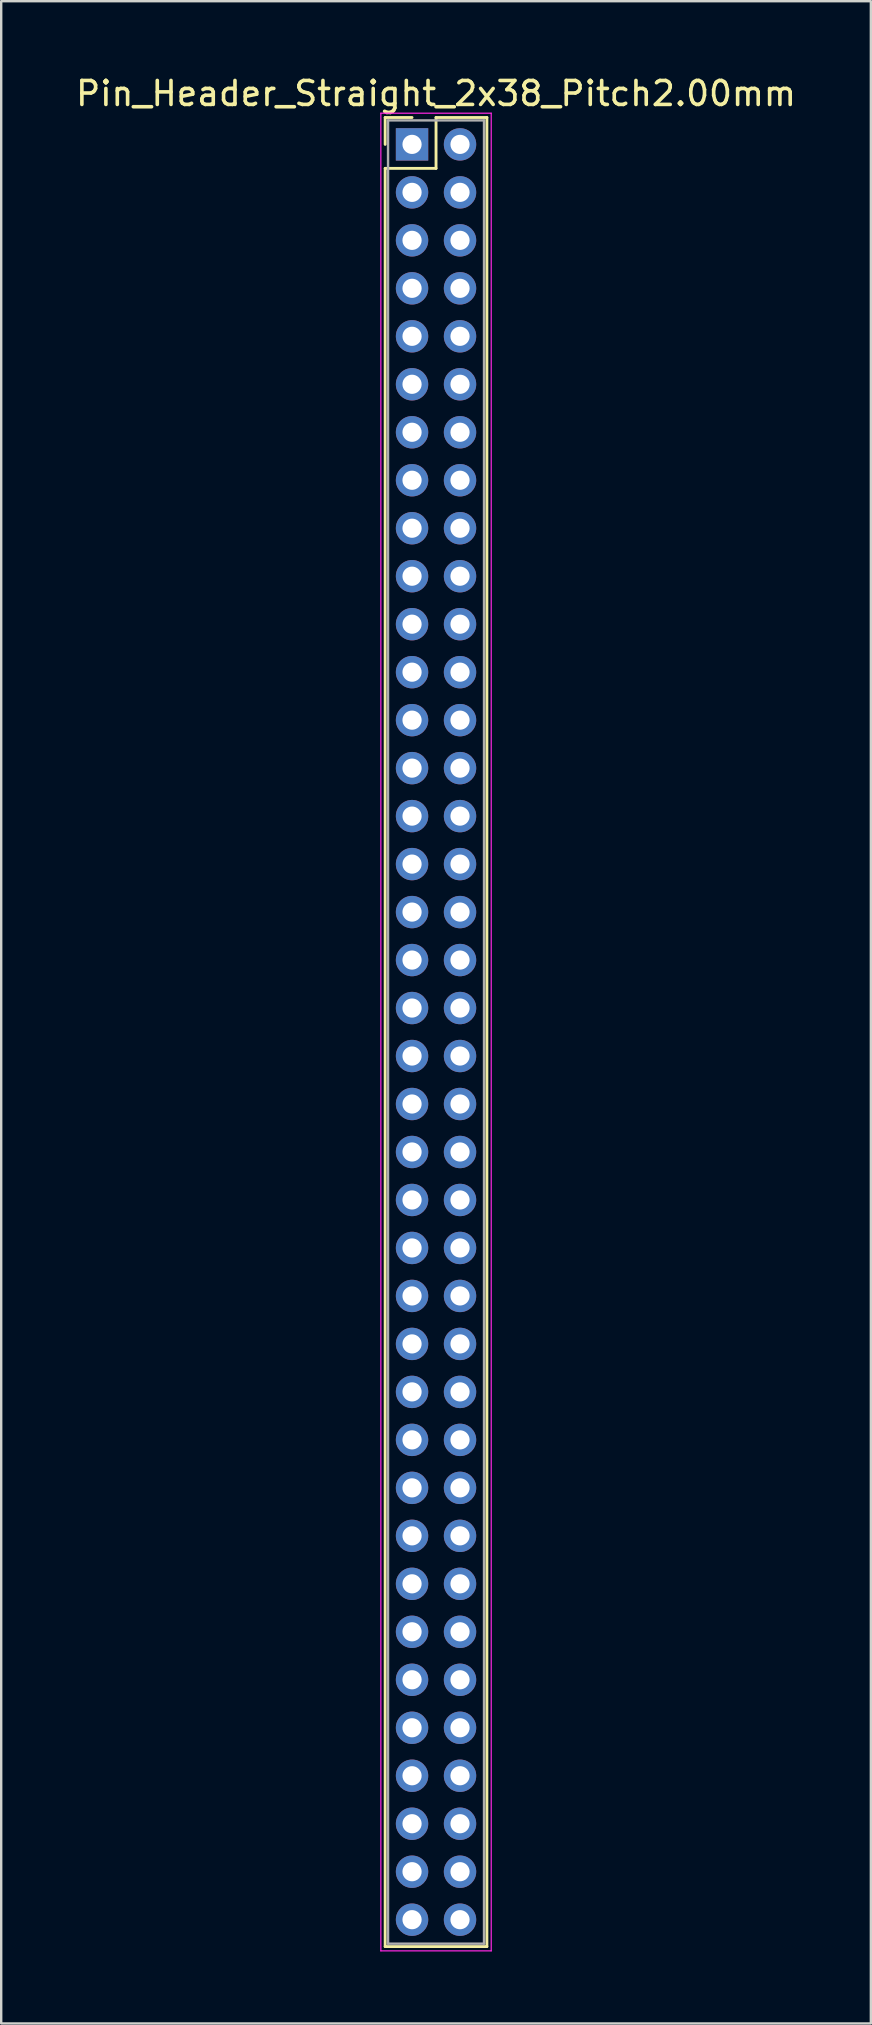
<source format=kicad_pcb>
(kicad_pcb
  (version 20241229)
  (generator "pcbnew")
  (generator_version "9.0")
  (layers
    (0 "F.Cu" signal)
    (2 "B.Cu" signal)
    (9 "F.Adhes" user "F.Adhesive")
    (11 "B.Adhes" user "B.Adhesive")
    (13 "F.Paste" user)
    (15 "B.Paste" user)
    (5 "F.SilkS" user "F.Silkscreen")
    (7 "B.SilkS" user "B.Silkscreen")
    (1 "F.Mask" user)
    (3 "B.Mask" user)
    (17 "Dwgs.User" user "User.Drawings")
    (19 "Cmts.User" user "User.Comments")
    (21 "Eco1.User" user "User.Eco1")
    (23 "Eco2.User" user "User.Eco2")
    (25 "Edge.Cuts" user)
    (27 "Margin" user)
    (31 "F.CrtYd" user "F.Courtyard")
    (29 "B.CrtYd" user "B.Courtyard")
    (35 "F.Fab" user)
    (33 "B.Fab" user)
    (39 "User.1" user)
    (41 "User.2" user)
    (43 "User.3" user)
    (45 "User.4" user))
  (footprint "Pin_Header_Straight_2x38_Pitch2.00mm"
    (layer "F.Cu")
    (at 14.125 2.968)
    (property "Reference" "Pin_Header_Straight_2x38_Pitch2.00mm" (at 1 -2.12 0) (layer "F.SilkS") (effects (font (size 1 1) (thickness 0.15))))
    (attr through_hole)
    (fp_line (start -1.12 -1.12) (end 0 -1.12) (stroke (width 0.12) (type solid)) (layer "F.SilkS"))
    (fp_line (start -1.12 0) (end -1.12 -1.12) (stroke (width 0.12) (type solid)) (layer "F.SilkS"))
    (fp_line (start -1.12 1) (end -1.12 75.12) (stroke (width 0.12) (type solid)) (layer "F.SilkS"))
    (fp_line (start -1.12 75.12) (end 3.12 75.12) (stroke (width 0.12) (type solid)) (layer "F.SilkS"))
    (fp_line (start 1 -1.12) (end 1 1) (stroke (width 0.12) (type solid)) (layer "F.SilkS"))
    (fp_line (start 1 1) (end -1.12 1) (stroke (width 0.12) (type solid)) (layer "F.SilkS"))
    (fp_line (start 3.12 -1.12) (end 1 -1.12) (stroke (width 0.12) (type solid)) (layer "F.SilkS"))
    (fp_line (start 3.12 75.12) (end 3.12 -1.12) (stroke (width 0.12) (type solid)) (layer "F.SilkS"))
    (fp_line (start -1.3 -1.3) (end -1.3 75.3) (stroke (width 0.05) (type solid)) (layer "F.CrtYd"))
    (fp_line (start -1.3 75.3) (end 3.3 75.3) (stroke (width 0.05) (type solid)) (layer "F.CrtYd"))
    (fp_line (start 3.3 -1.3) (end -1.3 -1.3) (stroke (width 0.05) (type solid)) (layer "F.CrtYd"))
    (fp_line (start 3.3 75.3) (end 3.3 -1.3) (stroke (width 0.05) (type solid)) (layer "F.CrtYd"))
    (fp_line (start -1 -1) (end -1 75) (stroke (width 0.1) (type solid)) (layer "F.Fab"))
    (fp_line (start -1 75) (end 3 75) (stroke (width 0.1) (type solid)) (layer "F.Fab"))
    (fp_line (start 3 -1) (end -1 -1) (stroke (width 0.1) (type solid)) (layer "F.Fab"))
    (fp_line (start 3 75) (end 3 -1) (stroke (width 0.1) (type solid)) (layer "F.Fab"))
    (pad "1" thru_hole rect (at 0 0) (size 1.35 1.35) (drill 0.8) (layers "*.Cu" "*.Mask"))
    (pad "2" thru_hole oval (at 2 0) (size 1.35 1.35) (drill 0.8) (layers "*.Cu" "*.Mask"))
    (pad "3" thru_hole oval (at 0 2) (size 1.35 1.35) (drill 0.8) (layers "*.Cu" "*.Mask"))
    (pad "4" thru_hole oval (at 2 2) (size 1.35 1.35) (drill 0.8) (layers "*.Cu" "*.Mask"))
    (pad "5" thru_hole oval (at 0 4) (size 1.35 1.35) (drill 0.8) (layers "*.Cu" "*.Mask"))
    (pad "6" thru_hole oval (at 2 4) (size 1.35 1.35) (drill 0.8) (layers "*.Cu" "*.Mask"))
    (pad "7" thru_hole oval (at 0 6) (size 1.35 1.35) (drill 0.8) (layers "*.Cu" "*.Mask"))
    (pad "8" thru_hole oval (at 2 6) (size 1.35 1.35) (drill 0.8) (layers "*.Cu" "*.Mask"))
    (pad "9" thru_hole oval (at 0 8) (size 1.35 1.35) (drill 0.8) (layers "*.Cu" "*.Mask"))
    (pad "10" thru_hole oval (at 2 8) (size 1.35 1.35) (drill 0.8) (layers "*.Cu" "*.Mask"))
    (pad "11" thru_hole oval (at 0 10) (size 1.35 1.35) (drill 0.8) (layers "*.Cu" "*.Mask"))
    (pad "12" thru_hole oval (at 2 10) (size 1.35 1.35) (drill 0.8) (layers "*.Cu" "*.Mask"))
    (pad "13" thru_hole oval (at 0 12) (size 1.35 1.35) (drill 0.8) (layers "*.Cu" "*.Mask"))
    (pad "14" thru_hole oval (at 2 12) (size 1.35 1.35) (drill 0.8) (layers "*.Cu" "*.Mask"))
    (pad "15" thru_hole oval (at 0 14) (size 1.35 1.35) (drill 0.8) (layers "*.Cu" "*.Mask"))
    (pad "16" thru_hole oval (at 2 14) (size 1.35 1.35) (drill 0.8) (layers "*.Cu" "*.Mask"))
    (pad "17" thru_hole oval (at 0 16) (size 1.35 1.35) (drill 0.8) (layers "*.Cu" "*.Mask"))
    (pad "18" thru_hole oval (at 2 16) (size 1.35 1.35) (drill 0.8) (layers "*.Cu" "*.Mask"))
    (pad "19" thru_hole oval (at 0 18) (size 1.35 1.35) (drill 0.8) (layers "*.Cu" "*.Mask"))
    (pad "20" thru_hole oval (at 2 18) (size 1.35 1.35) (drill 0.8) (layers "*.Cu" "*.Mask"))
    (pad "21" thru_hole oval (at 0 20) (size 1.35 1.35) (drill 0.8) (layers "*.Cu" "*.Mask"))
    (pad "22" thru_hole oval (at 2 20) (size 1.35 1.35) (drill 0.8) (layers "*.Cu" "*.Mask"))
    (pad "23" thru_hole oval (at 0 22) (size 1.35 1.35) (drill 0.8) (layers "*.Cu" "*.Mask"))
    (pad "24" thru_hole oval (at 2 22) (size 1.35 1.35) (drill 0.8) (layers "*.Cu" "*.Mask"))
    (pad "25" thru_hole oval (at 0 24) (size 1.35 1.35) (drill 0.8) (layers "*.Cu" "*.Mask"))
    (pad "26" thru_hole oval (at 2 24) (size 1.35 1.35) (drill 0.8) (layers "*.Cu" "*.Mask"))
    (pad "27" thru_hole oval (at 0 26) (size 1.35 1.35) (drill 0.8) (layers "*.Cu" "*.Mask"))
    (pad "28" thru_hole oval (at 2 26) (size 1.35 1.35) (drill 0.8) (layers "*.Cu" "*.Mask"))
    (pad "29" thru_hole oval (at 0 28) (size 1.35 1.35) (drill 0.8) (layers "*.Cu" "*.Mask"))
    (pad "30" thru_hole oval (at 2 28) (size 1.35 1.35) (drill 0.8) (layers "*.Cu" "*.Mask"))
    (pad "31" thru_hole oval (at 0 30) (size 1.35 1.35) (drill 0.8) (layers "*.Cu" "*.Mask"))
    (pad "32" thru_hole oval (at 2 30) (size 1.35 1.35) (drill 0.8) (layers "*.Cu" "*.Mask"))
    (pad "33" thru_hole oval (at 0 32) (size 1.35 1.35) (drill 0.8) (layers "*.Cu" "*.Mask"))
    (pad "34" thru_hole oval (at 2 32) (size 1.35 1.35) (drill 0.8) (layers "*.Cu" "*.Mask"))
    (pad "35" thru_hole oval (at 0 34) (size 1.35 1.35) (drill 0.8) (layers "*.Cu" "*.Mask"))
    (pad "36" thru_hole oval (at 2 34) (size 1.35 1.35) (drill 0.8) (layers "*.Cu" "*.Mask"))
    (pad "37" thru_hole oval (at 0 36) (size 1.35 1.35) (drill 0.8) (layers "*.Cu" "*.Mask"))
    (pad "38" thru_hole oval (at 2 36) (size 1.35 1.35) (drill 0.8) (layers "*.Cu" "*.Mask"))
    (pad "39" thru_hole oval (at 0 38) (size 1.35 1.35) (drill 0.8) (layers "*.Cu" "*.Mask"))
    (pad "40" thru_hole oval (at 2 38) (size 1.35 1.35) (drill 0.8) (layers "*.Cu" "*.Mask"))
    (pad "41" thru_hole oval (at 0 40) (size 1.35 1.35) (drill 0.8) (layers "*.Cu" "*.Mask"))
    (pad "42" thru_hole oval (at 2 40) (size 1.35 1.35) (drill 0.8) (layers "*.Cu" "*.Mask"))
    (pad "43" thru_hole oval (at 0 42) (size 1.35 1.35) (drill 0.8) (layers "*.Cu" "*.Mask"))
    (pad "44" thru_hole oval (at 2 42) (size 1.35 1.35) (drill 0.8) (layers "*.Cu" "*.Mask"))
    (pad "45" thru_hole oval (at 0 44) (size 1.35 1.35) (drill 0.8) (layers "*.Cu" "*.Mask"))
    (pad "46" thru_hole oval (at 2 44) (size 1.35 1.35) (drill 0.8) (layers "*.Cu" "*.Mask"))
    (pad "47" thru_hole oval (at 0 46) (size 1.35 1.35) (drill 0.8) (layers "*.Cu" "*.Mask"))
    (pad "48" thru_hole oval (at 2 46) (size 1.35 1.35) (drill 0.8) (layers "*.Cu" "*.Mask"))
    (pad "49" thru_hole oval (at 0 48) (size 1.35 1.35) (drill 0.8) (layers "*.Cu" "*.Mask"))
    (pad "50" thru_hole oval (at 2 48) (size 1.35 1.35) (drill 0.8) (layers "*.Cu" "*.Mask"))
    (pad "51" thru_hole oval (at 0 50) (size 1.35 1.35) (drill 0.8) (layers "*.Cu" "*.Mask"))
    (pad "52" thru_hole oval (at 2 50) (size 1.35 1.35) (drill 0.8) (layers "*.Cu" "*.Mask"))
    (pad "53" thru_hole oval (at 0 52) (size 1.35 1.35) (drill 0.8) (layers "*.Cu" "*.Mask"))
    (pad "54" thru_hole oval (at 2 52) (size 1.35 1.35) (drill 0.8) (layers "*.Cu" "*.Mask"))
    (pad "55" thru_hole oval (at 0 54) (size 1.35 1.35) (drill 0.8) (layers "*.Cu" "*.Mask"))
    (pad "56" thru_hole oval (at 2 54) (size 1.35 1.35) (drill 0.8) (layers "*.Cu" "*.Mask"))
    (pad "57" thru_hole oval (at 0 56) (size 1.35 1.35) (drill 0.8) (layers "*.Cu" "*.Mask"))
    (pad "58" thru_hole oval (at 2 56) (size 1.35 1.35) (drill 0.8) (layers "*.Cu" "*.Mask"))
    (pad "59" thru_hole oval (at 0 58) (size 1.35 1.35) (drill 0.8) (layers "*.Cu" "*.Mask"))
    (pad "60" thru_hole oval (at 2 58) (size 1.35 1.35) (drill 0.8) (layers "*.Cu" "*.Mask"))
    (pad "61" thru_hole oval (at 0 60) (size 1.35 1.35) (drill 0.8) (layers "*.Cu" "*.Mask"))
    (pad "62" thru_hole oval (at 2 60) (size 1.35 1.35) (drill 0.8) (layers "*.Cu" "*.Mask"))
    (pad "63" thru_hole oval (at 0 62) (size 1.35 1.35) (drill 0.8) (layers "*.Cu" "*.Mask"))
    (pad "64" thru_hole oval (at 2 62) (size 1.35 1.35) (drill 0.8) (layers "*.Cu" "*.Mask"))
    (pad "65" thru_hole oval (at 0 64) (size 1.35 1.35) (drill 0.8) (layers "*.Cu" "*.Mask"))
    (pad "66" thru_hole oval (at 2 64) (size 1.35 1.35) (drill 0.8) (layers "*.Cu" "*.Mask"))
    (pad "67" thru_hole oval (at 0 66) (size 1.35 1.35) (drill 0.8) (layers "*.Cu" "*.Mask"))
    (pad "68" thru_hole oval (at 2 66) (size 1.35 1.35) (drill 0.8) (layers "*.Cu" "*.Mask"))
    (pad "69" thru_hole oval (at 0 68) (size 1.35 1.35) (drill 0.8) (layers "*.Cu" "*.Mask"))
    (pad "70" thru_hole oval (at 2 68) (size 1.35 1.35) (drill 0.8) (layers "*.Cu" "*.Mask"))
    (pad "71" thru_hole oval (at 0 70) (size 1.35 1.35) (drill 0.8) (layers "*.Cu" "*.Mask"))
    (pad "72" thru_hole oval (at 2 70) (size 1.35 1.35) (drill 0.8) (layers "*.Cu" "*.Mask"))
    (pad "73" thru_hole oval (at 0 72) (size 1.35 1.35) (drill 0.8) (layers "*.Cu" "*.Mask"))
    (pad "74" thru_hole oval (at 2 72) (size 1.35 1.35) (drill 0.8) (layers "*.Cu" "*.Mask"))
    (pad "75" thru_hole oval (at 0 74) (size 1.35 1.35) (drill 0.8) (layers "*.Cu" "*.Mask"))
    (pad "76" thru_hole oval (at 2 74) (size 1.35 1.35) (drill 0.8) (layers "*.Cu" "*.Mask")))
  (gr_rect
    (start -3 -3)
    (end 33.25 81.293)
    (stroke (width 0.1) (type default))
    (fill no)
    (layer "Edge.Cuts")))
</source>
